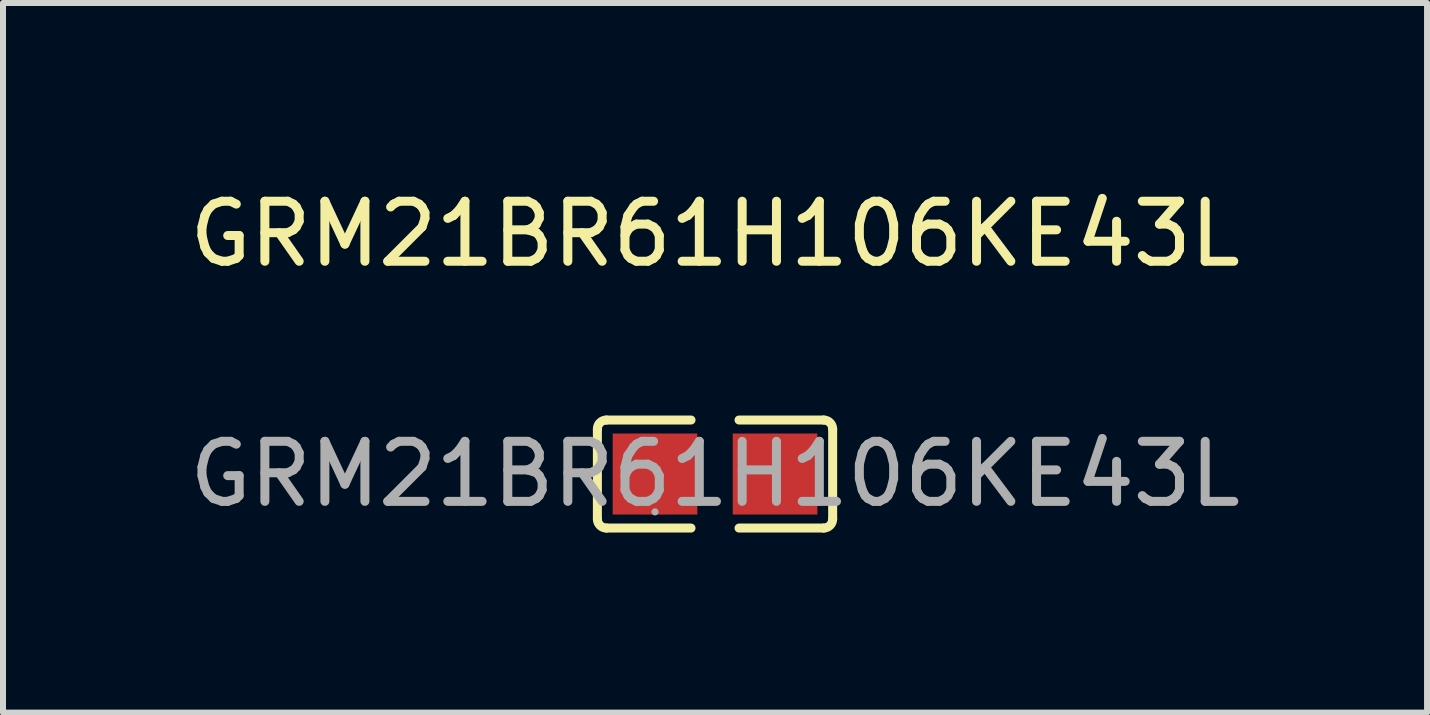
<source format=kicad_pcb>
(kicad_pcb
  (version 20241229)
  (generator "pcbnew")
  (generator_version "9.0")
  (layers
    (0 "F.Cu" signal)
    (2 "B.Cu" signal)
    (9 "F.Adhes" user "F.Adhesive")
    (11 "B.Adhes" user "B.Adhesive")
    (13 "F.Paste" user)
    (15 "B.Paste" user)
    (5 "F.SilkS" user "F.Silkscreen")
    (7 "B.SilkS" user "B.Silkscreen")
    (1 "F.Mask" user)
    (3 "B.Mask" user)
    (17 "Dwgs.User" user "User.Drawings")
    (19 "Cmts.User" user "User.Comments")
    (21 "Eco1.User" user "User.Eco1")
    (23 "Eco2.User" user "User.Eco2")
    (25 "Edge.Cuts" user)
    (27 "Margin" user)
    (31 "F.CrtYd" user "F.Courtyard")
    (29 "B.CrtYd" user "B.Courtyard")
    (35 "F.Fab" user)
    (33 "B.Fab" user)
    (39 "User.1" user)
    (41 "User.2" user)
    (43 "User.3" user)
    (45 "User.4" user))
  (footprint "GRM21BR61H106KE43L"
    (layer "F.Cu")
    (at 8.863 4.848)
    (property "Reference" "GRM21BR61H106KE43L" (at 0 -4 0) (layer "F.SilkS") (effects (font (size 1 1) (thickness 0.15))))
    (attr smd)
    (fp_line (start -1.96 0.75) (end -1.96 -0.75) (stroke (width 0.15) (type solid)) (layer "F.SilkS"))
    (fp_line (start -1.81 -0.9) (end -0.4 -0.9) (stroke (width 0.15) (type solid)) (layer "F.SilkS"))
    (fp_line (start -0.4 0.9) (end -1.81 0.9) (stroke (width 0.15) (type solid)) (layer "F.SilkS"))
    (fp_line (start 0.4 0.9) (end 1.81 0.9) (stroke (width 0.15) (type solid)) (layer "F.SilkS"))
    (fp_line (start 1.81 -0.9) (end 0.4 -0.9) (stroke (width 0.15) (type solid)) (layer "F.SilkS"))
    (fp_line (start 1.96 0.75) (end 1.96 -0.75) (stroke (width 0.15) (type solid)) (layer "F.SilkS"))
    (fp_arc (start -1.96 -0.75) (mid -1.916066 -0.856066) (end -1.81 -0.9) (stroke (width 0.15) (type solid)) (layer "F.SilkS"))
    (fp_arc (start -1.81 0.9) (mid -1.916066 0.856066) (end -1.96 0.75) (stroke (width 0.15) (type solid)) (layer "F.SilkS"))
    (fp_arc (start 1.81 -0.9) (mid 1.916066 -0.856066) (end 1.96 -0.75) (stroke (width 0.15) (type solid)) (layer "F.SilkS"))
    (fp_arc (start 1.96 0.75) (mid 1.916066 0.856066) (end 1.81 0.9) (stroke (width 0.15) (type solid)) (layer "F.SilkS"))
    (fp_circle (center -1 0.63) (end -0.97 0.63) (stroke (width 0.06) (type solid)) (fill no) (layer "F.Fab"))
    (fp_text user "${REFERENCE}" (at 0 0 0) (layer "F.Fab") (effects (font (size 1 1) (thickness 0.15))))
    (pad "1" smd rect (at -1 0) (size 1.41 1.35) (layers "F.Cu" "F.Mask" "F.Paste"))
    (pad "2" smd rect (at 1 0) (size 1.41 1.35) (layers "F.Cu" "F.Mask" "F.Paste")))
  (gr_rect
    (start -3 -3)
    (end 20.726 8.823)
    (stroke (width 0.1) (type default))
    (fill no)
    (layer "Edge.Cuts")))
</source>
